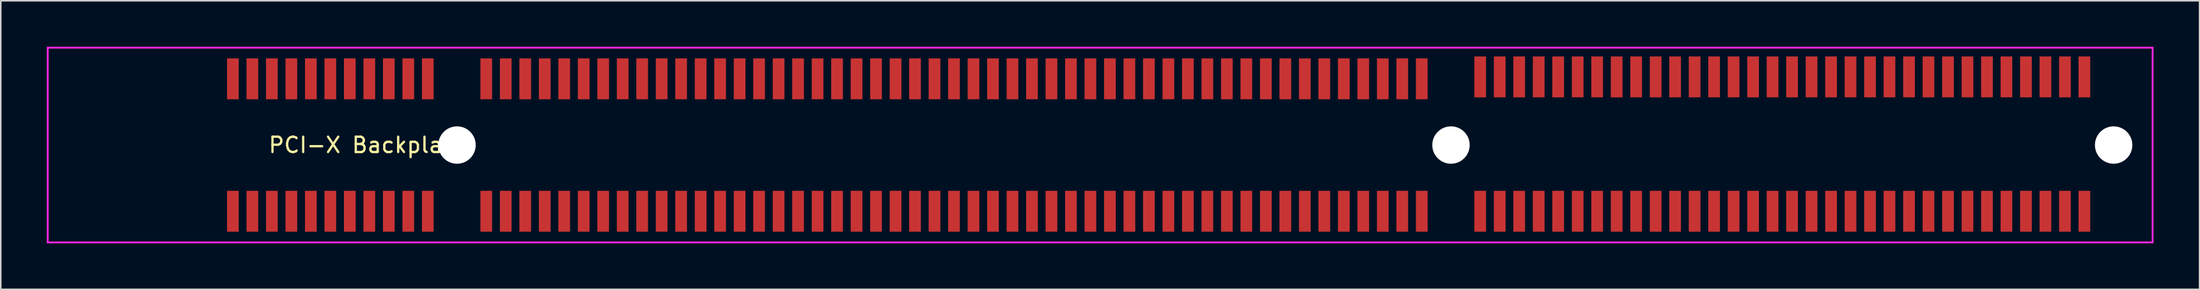
<source format=kicad_pcb>
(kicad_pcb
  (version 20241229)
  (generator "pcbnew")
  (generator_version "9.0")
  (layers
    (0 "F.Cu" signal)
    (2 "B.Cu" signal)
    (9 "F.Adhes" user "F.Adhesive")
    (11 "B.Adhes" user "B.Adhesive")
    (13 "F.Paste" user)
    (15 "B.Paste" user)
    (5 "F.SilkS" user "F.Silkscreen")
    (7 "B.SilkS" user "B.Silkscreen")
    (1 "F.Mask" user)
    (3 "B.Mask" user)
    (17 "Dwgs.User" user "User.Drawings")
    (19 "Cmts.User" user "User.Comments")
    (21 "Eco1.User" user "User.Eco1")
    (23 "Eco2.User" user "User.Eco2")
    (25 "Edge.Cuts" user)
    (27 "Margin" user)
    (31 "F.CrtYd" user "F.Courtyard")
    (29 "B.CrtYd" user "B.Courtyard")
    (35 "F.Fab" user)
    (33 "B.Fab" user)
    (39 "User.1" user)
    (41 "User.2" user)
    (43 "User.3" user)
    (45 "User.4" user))
  (footprint "PCI-X Backplane"
    (layer "F.Cu")
    (at 26.73 6.41)
    (property "Reference" "PCI-X Backplane" (at -5.715 0 0) (layer "F.SilkS") (effects (font (size 1 1) (thickness 0.15))))
    (attr through_hole)
    (fp_line (start -26.67 -6.35) (end 110.49 -6.35) (stroke (width 0.12) (type solid)) (layer "F.CrtYd"))
    (fp_line (start -26.67 6.35) (end -26.67 -6.35) (stroke (width 0.12) (type solid)) (layer "F.CrtYd"))
    (fp_line (start 110.49 -6.35) (end 110.49 6.35) (stroke (width 0.12) (type solid)) (layer "F.CrtYd"))
    (fp_line (start 110.49 6.35) (end -26.67 6.35) (stroke (width 0.12) (type solid)) (layer "F.CrtYd"))
    (pad "" np_thru_hole circle (at 0 0) (size 2.438 2.438) (drill 2.438) (layers "*.Cu" "*.Mask"))
    (pad "" np_thru_hole circle (at 64.77 0) (size 2.438 2.438) (drill 2.438) (layers "*.Cu" "*.Mask"))
    (pad "" np_thru_hole circle (at 107.95 0) (size 2.438 2.438) (drill 2.438) (layers "*.Cu" "*.Mask"))
    (pad "A1" smd rect (at -14.605 4.318) (size 0.762 2.667) (layers "F.Cu" "F.Mask" "F.Paste"))
    (pad "A2" smd rect (at -13.335 4.318) (size 0.762 2.667) (layers "F.Cu" "F.Mask" "F.Paste"))
    (pad "A3" smd rect (at -12.065 4.318) (size 0.762 2.667) (layers "F.Cu" "F.Mask" "F.Paste"))
    (pad "A4" smd rect (at -10.795 4.318) (size 0.762 2.667) (layers "F.Cu" "F.Mask" "F.Paste"))
    (pad "A5" smd rect (at -9.525 4.318) (size 0.762 2.667) (layers "F.Cu" "F.Mask" "F.Paste"))
    (pad "A6" smd rect (at -8.255 4.318) (size 0.762 2.667) (layers "F.Cu" "F.Mask" "F.Paste"))
    (pad "A7" smd rect (at -6.985 4.318) (size 0.762 2.667) (layers "F.Cu" "F.Mask" "F.Paste"))
    (pad "A8" smd rect (at -5.715 4.318) (size 0.762 2.667) (layers "F.Cu" "F.Mask" "F.Paste"))
    (pad "A9" smd rect (at -4.445 4.318) (size 0.762 2.667) (layers "F.Cu" "F.Mask" "F.Paste"))
    (pad "A10" smd rect (at -3.175 4.318) (size 0.762 2.667) (layers "F.Cu" "F.Mask" "F.Paste"))
    (pad "A11" smd rect (at -1.905 4.318) (size 0.762 2.667) (layers "F.Cu" "F.Mask" "F.Paste"))
    (pad "A14" smd rect (at 1.905 4.318) (size 0.762 2.667) (layers "F.Cu" "F.Mask" "F.Paste"))
    (pad "A15" smd rect (at 3.175 4.318) (size 0.762 2.667) (layers "F.Cu" "F.Mask" "F.Paste"))
    (pad "A16" smd rect (at 4.445 4.318) (size 0.762 2.667) (layers "F.Cu" "F.Mask" "F.Paste"))
    (pad "A17" smd rect (at 5.715 4.318) (size 0.762 2.667) (layers "F.Cu" "F.Mask" "F.Paste"))
    (pad "A18" smd rect (at 6.985 4.318) (size 0.762 2.667) (layers "F.Cu" "F.Mask" "F.Paste"))
    (pad "A19" smd rect (at 8.255 4.318) (size 0.762 2.667) (layers "F.Cu" "F.Mask" "F.Paste"))
    (pad "A20" smd rect (at 9.525 4.318) (size 0.762 2.667) (layers "F.Cu" "F.Mask" "F.Paste"))
    (pad "A21" smd rect (at 10.795 4.318) (size 0.762 2.667) (layers "F.Cu" "F.Mask" "F.Paste"))
    (pad "A22" smd rect (at 12.065 4.318) (size 0.762 2.667) (layers "F.Cu" "F.Mask" "F.Paste"))
    (pad "A23" smd rect (at 13.335 4.318) (size 0.762 2.667) (layers "F.Cu" "F.Mask" "F.Paste"))
    (pad "A24" smd rect (at 14.605 4.318) (size 0.762 2.667) (layers "F.Cu" "F.Mask" "F.Paste"))
    (pad "A25" smd rect (at 15.875 4.318) (size 0.762 2.667) (layers "F.Cu" "F.Mask" "F.Paste"))
    (pad "A26" smd rect (at 17.145 4.318) (size 0.762 2.667) (layers "F.Cu" "F.Mask" "F.Paste"))
    (pad "A27" smd rect (at 18.415 4.318) (size 0.762 2.667) (layers "F.Cu" "F.Mask" "F.Paste"))
    (pad "A28" smd rect (at 19.685 4.318) (size 0.762 2.667) (layers "F.Cu" "F.Mask" "F.Paste"))
    (pad "A29" smd rect (at 20.955 4.318) (size 0.762 2.667) (layers "F.Cu" "F.Mask" "F.Paste"))
    (pad "A30" smd rect (at 22.225 4.318) (size 0.762 2.667) (layers "F.Cu" "F.Mask" "F.Paste"))
    (pad "A31" smd rect (at 23.495 4.318) (size 0.762 2.667) (layers "F.Cu" "F.Mask" "F.Paste"))
    (pad "A32" smd rect (at 24.765 4.318) (size 0.762 2.667) (layers "F.Cu" "F.Mask" "F.Paste"))
    (pad "A33" smd rect (at 26.035 4.318) (size 0.762 2.667) (layers "F.Cu" "F.Mask" "F.Paste"))
    (pad "A34" smd rect (at 27.305 4.318) (size 0.762 2.667) (layers "F.Cu" "F.Mask" "F.Paste"))
    (pad "A35" smd rect (at 28.575 4.318) (size 0.762 2.667) (layers "F.Cu" "F.Mask" "F.Paste"))
    (pad "A36" smd rect (at 29.845 4.318) (size 0.762 2.667) (layers "F.Cu" "F.Mask" "F.Paste"))
    (pad "A37" smd rect (at 31.115 4.318) (size 0.762 2.667) (layers "F.Cu" "F.Mask" "F.Paste"))
    (pad "A38" smd rect (at 32.385 4.318) (size 0.762 2.667) (layers "F.Cu" "F.Mask" "F.Paste"))
    (pad "A39" smd rect (at 33.655 4.318) (size 0.762 2.667) (layers "F.Cu" "F.Mask" "F.Paste"))
    (pad "A40" smd rect (at 34.925 4.318) (size 0.762 2.667) (layers "F.Cu" "F.Mask" "F.Paste"))
    (pad "A41" smd rect (at 36.195 4.318) (size 0.762 2.667) (layers "F.Cu" "F.Mask" "F.Paste"))
    (pad "A42" smd rect (at 37.465 4.318) (size 0.762 2.667) (layers "F.Cu" "F.Mask" "F.Paste"))
    (pad "A43" smd rect (at 38.735 4.318) (size 0.762 2.667) (layers "F.Cu" "F.Mask" "F.Paste"))
    (pad "A44" smd rect (at 40.005 4.318) (size 0.762 2.667) (layers "F.Cu" "F.Mask" "F.Paste"))
    (pad "A45" smd rect (at 41.275 4.318) (size 0.762 2.667) (layers "F.Cu" "F.Mask" "F.Paste"))
    (pad "A46" smd rect (at 42.545 4.318) (size 0.762 2.667) (layers "F.Cu" "F.Mask" "F.Paste"))
    (pad "A47" smd rect (at 43.815 4.318) (size 0.762 2.667) (layers "F.Cu" "F.Mask" "F.Paste"))
    (pad "A48" smd rect (at 45.085 4.318) (size 0.762 2.667) (layers "F.Cu" "F.Mask" "F.Paste"))
    (pad "A49" smd rect (at 46.355 4.318) (size 0.762 2.667) (layers "F.Cu" "F.Mask" "F.Paste"))
    (pad "A50" smd rect (at 47.625 4.318) (size 0.762 2.667) (layers "F.Cu" "F.Mask" "F.Paste"))
    (pad "A51" smd rect (at 48.895 4.318) (size 0.762 2.667) (layers "F.Cu" "F.Mask" "F.Paste"))
    (pad "A52" smd rect (at 50.165 4.318) (size 0.762 2.667) (layers "F.Cu" "F.Mask" "F.Paste"))
    (pad "A53" smd rect (at 51.435 4.318) (size 0.762 2.667) (layers "F.Cu" "F.Mask" "F.Paste"))
    (pad "A54" smd rect (at 52.705 4.318) (size 0.762 2.667) (layers "F.Cu" "F.Mask" "F.Paste"))
    (pad "A55" smd rect (at 53.975 4.318) (size 0.762 2.667) (layers "F.Cu" "F.Mask" "F.Paste"))
    (pad "A56" smd rect (at 55.245 4.318) (size 0.762 2.667) (layers "F.Cu" "F.Mask" "F.Paste"))
    (pad "A57" smd rect (at 56.515 4.318) (size 0.762 2.667) (layers "F.Cu" "F.Mask" "F.Paste"))
    (pad "A58" smd rect (at 57.785 4.318) (size 0.762 2.667) (layers "F.Cu" "F.Mask" "F.Paste"))
    (pad "A59" smd rect (at 59.055 4.318) (size 0.762 2.667) (layers "F.Cu" "F.Mask" "F.Paste"))
    (pad "A60" smd rect (at 60.325 4.318) (size 0.762 2.667) (layers "F.Cu" "F.Mask" "F.Paste"))
    (pad "A61" smd rect (at 61.595 4.318) (size 0.762 2.667) (layers "F.Cu" "F.Mask" "F.Paste"))
    (pad "A62" smd rect (at 62.865 4.318) (size 0.762 2.667) (layers "F.Cu" "F.Mask" "F.Paste"))
    (pad "A65" smd rect (at 66.675 4.318) (size 0.762 2.667) (layers "F.Cu" "F.Mask" "F.Paste"))
    (pad "A66" smd rect (at 67.945 4.318) (size 0.762 2.667) (layers "F.Cu" "F.Mask" "F.Paste"))
    (pad "A67" smd rect (at 69.215 4.318) (size 0.762 2.667) (layers "F.Cu" "F.Mask" "F.Paste"))
    (pad "A68" smd rect (at 70.485 4.318) (size 0.762 2.667) (layers "F.Cu" "F.Mask" "F.Paste"))
    (pad "A69" smd rect (at 71.755 4.318) (size 0.762 2.667) (layers "F.Cu" "F.Mask" "F.Paste"))
    (pad "A70" smd rect (at 73.025 4.318) (size 0.762 2.667) (layers "F.Cu" "F.Mask" "F.Paste"))
    (pad "A71" smd rect (at 74.295 4.318) (size 0.762 2.667) (layers "F.Cu" "F.Mask" "F.Paste"))
    (pad "A72" smd rect (at 75.565 4.318) (size 0.762 2.667) (layers "F.Cu" "F.Mask" "F.Paste"))
    (pad "A73" smd rect (at 76.835 4.318) (size 0.762 2.667) (layers "F.Cu" "F.Mask" "F.Paste"))
    (pad "A74" smd rect (at 78.105 4.318) (size 0.762 2.667) (layers "F.Cu" "F.Mask" "F.Paste"))
    (pad "A75" smd rect (at 79.375 4.318) (size 0.762 2.667) (layers "F.Cu" "F.Mask" "F.Paste"))
    (pad "A76" smd rect (at 80.645 4.318) (size 0.762 2.667) (layers "F.Cu" "F.Mask" "F.Paste"))
    (pad "A77" smd rect (at 81.915 4.318) (size 0.762 2.667) (layers "F.Cu" "F.Mask" "F.Paste"))
    (pad "A78" smd rect (at 83.185 4.318) (size 0.762 2.667) (layers "F.Cu" "F.Mask" "F.Paste"))
    (pad "A79" smd rect (at 84.455 4.318) (size 0.762 2.667) (layers "F.Cu" "F.Mask" "F.Paste"))
    (pad "A80" smd rect (at 85.725 4.318) (size 0.762 2.667) (layers "F.Cu" "F.Mask" "F.Paste"))
    (pad "A81" smd rect (at 86.995 4.318) (size 0.762 2.667) (layers "F.Cu" "F.Mask" "F.Paste"))
    (pad "A82" smd rect (at 88.265 4.318) (size 0.762 2.667) (layers "F.Cu" "F.Mask" "F.Paste"))
    (pad "A83" smd rect (at 89.535 4.318) (size 0.762 2.667) (layers "F.Cu" "F.Mask" "F.Paste"))
    (pad "A84" smd rect (at 90.805 4.318) (size 0.762 2.667) (layers "F.Cu" "F.Mask" "F.Paste"))
    (pad "A85" smd rect (at 92.075 4.318) (size 0.762 2.667) (layers "F.Cu" "F.Mask" "F.Paste"))
    (pad "A86" smd rect (at 93.345 4.318) (size 0.762 2.667) (layers "F.Cu" "F.Mask" "F.Paste"))
    (pad "A87" smd rect (at 94.615 4.318) (size 0.762 2.667) (layers "F.Cu" "F.Mask" "F.Paste"))
    (pad "A88" smd rect (at 95.885 4.318) (size 0.762 2.667) (layers "F.Cu" "F.Mask" "F.Paste"))
    (pad "A89" smd rect (at 97.155 4.318) (size 0.762 2.667) (layers "F.Cu" "F.Mask" "F.Paste"))
    (pad "A90" smd rect (at 98.425 4.318) (size 0.762 2.667) (layers "F.Cu" "F.Mask" "F.Paste"))
    (pad "A91" smd rect (at 99.695 4.318) (size 0.762 2.667) (layers "F.Cu" "F.Mask" "F.Paste"))
    (pad "A92" smd rect (at 100.965 4.318) (size 0.762 2.667) (layers "F.Cu" "F.Mask" "F.Paste"))
    (pad "A93" smd rect (at 102.235 4.318) (size 0.762 2.667) (layers "F.Cu" "F.Mask" "F.Paste"))
    (pad "A94" smd rect (at 103.505 4.318) (size 0.762 2.667) (layers "F.Cu" "F.Mask" "F.Paste"))
    (pad "A95" smd rect (at 104.775 4.318) (size 0.762 2.667) (layers "F.Cu" "F.Mask" "F.Paste"))
    (pad "A96" smd rect (at 106.045 4.318) (size 0.762 2.667) (layers "F.Cu" "F.Mask" "F.Paste"))
    (pad "B1" smd rect (at -14.605 -4.318) (size 0.762 2.667) (layers "F.Cu" "F.Mask" "F.Paste"))
    (pad "B2" smd rect (at -13.335 -4.318) (size 0.762 2.667) (layers "F.Cu" "F.Mask" "F.Paste"))
    (pad "B3" smd rect (at -12.065 -4.318) (size 0.762 2.667) (layers "F.Cu" "F.Mask" "F.Paste"))
    (pad "B4" smd rect (at -10.795 -4.318) (size 0.762 2.667) (layers "F.Cu" "F.Mask" "F.Paste"))
    (pad "B5" smd rect (at -9.525 -4.318) (size 0.762 2.667) (layers "F.Cu" "F.Mask" "F.Paste"))
    (pad "B6" smd rect (at -8.255 -4.318) (size 0.762 2.667) (layers "F.Cu" "F.Mask" "F.Paste"))
    (pad "B7" smd rect (at -6.985 -4.318) (size 0.762 2.667) (layers "F.Cu" "F.Mask" "F.Paste"))
    (pad "B8" smd rect (at -5.715 -4.318) (size 0.762 2.667) (layers "F.Cu" "F.Mask" "F.Paste"))
    (pad "B9" smd rect (at -4.445 -4.318) (size 0.762 2.667) (layers "F.Cu" "F.Mask" "F.Paste"))
    (pad "B10" smd rect (at -3.175 -4.318) (size 0.762 2.667) (layers "F.Cu" "F.Mask" "F.Paste"))
    (pad "B11" smd rect (at -1.905 -4.318) (size 0.762 2.667) (layers "F.Cu" "F.Mask" "F.Paste"))
    (pad "B14" smd rect (at 1.905 -4.318) (size 0.762 2.667) (layers "F.Cu" "F.Mask" "F.Paste"))
    (pad "B15" smd rect (at 3.175 -4.318) (size 0.762 2.667) (layers "F.Cu" "F.Mask" "F.Paste"))
    (pad "B16" smd rect (at 4.445 -4.318) (size 0.762 2.667) (layers "F.Cu" "F.Mask" "F.Paste"))
    (pad "B17" smd rect (at 5.715 -4.318) (size 0.762 2.667) (layers "F.Cu" "F.Mask" "F.Paste"))
    (pad "B18" smd rect (at 6.985 -4.318) (size 0.762 2.667) (layers "F.Cu" "F.Mask" "F.Paste"))
    (pad "B19" smd rect (at 8.255 -4.318) (size 0.762 2.667) (layers "F.Cu" "F.Mask" "F.Paste"))
    (pad "B20" smd rect (at 9.525 -4.318) (size 0.762 2.667) (layers "F.Cu" "F.Mask" "F.Paste"))
    (pad "B21" smd rect (at 10.795 -4.318) (size 0.762 2.667) (layers "F.Cu" "F.Mask" "F.Paste"))
    (pad "B22" smd rect (at 12.065 -4.318) (size 0.762 2.667) (layers "F.Cu" "F.Mask" "F.Paste"))
    (pad "B23" smd rect (at 13.335 -4.318) (size 0.762 2.667) (layers "F.Cu" "F.Mask" "F.Paste"))
    (pad "B24" smd rect (at 14.605 -4.318) (size 0.762 2.667) (layers "F.Cu" "F.Mask" "F.Paste"))
    (pad "B25" smd rect (at 15.875 -4.318) (size 0.762 2.667) (layers "F.Cu" "F.Mask" "F.Paste"))
    (pad "B26" smd rect (at 17.145 -4.318) (size 0.762 2.667) (layers "F.Cu" "F.Mask" "F.Paste"))
    (pad "B27" smd rect (at 18.415 -4.318) (size 0.762 2.667) (layers "F.Cu" "F.Mask" "F.Paste"))
    (pad "B28" smd rect (at 19.685 -4.318) (size 0.762 2.667) (layers "F.Cu" "F.Mask" "F.Paste"))
    (pad "B29" smd rect (at 20.955 -4.318) (size 0.762 2.667) (layers "F.Cu" "F.Mask" "F.Paste"))
    (pad "B30" smd rect (at 22.225 -4.318) (size 0.762 2.667) (layers "F.Cu" "F.Mask" "F.Paste"))
    (pad "B31" smd rect (at 23.495 -4.318) (size 0.762 2.667) (layers "F.Cu" "F.Mask" "F.Paste"))
    (pad "B32" smd rect (at 24.765 -4.318) (size 0.762 2.667) (layers "F.Cu" "F.Mask" "F.Paste"))
    (pad "B33" smd rect (at 26.035 -4.318) (size 0.762 2.667) (layers "F.Cu" "F.Mask" "F.Paste"))
    (pad "B34" smd rect (at 27.305 -4.318) (size 0.762 2.667) (layers "F.Cu" "F.Mask" "F.Paste"))
    (pad "B35" smd rect (at 28.575 -4.318) (size 0.762 2.667) (layers "F.Cu" "F.Mask" "F.Paste"))
    (pad "B36" smd rect (at 29.845 -4.318) (size 0.762 2.667) (layers "F.Cu" "F.Mask" "F.Paste"))
    (pad "B37" smd rect (at 31.115 -4.318) (size 0.762 2.667) (layers "F.Cu" "F.Mask" "F.Paste"))
    (pad "B38" smd rect (at 32.385 -4.318) (size 0.762 2.667) (layers "F.Cu" "F.Mask" "F.Paste"))
    (pad "B39" smd rect (at 33.655 -4.318) (size 0.762 2.667) (layers "F.Cu" "F.Mask" "F.Paste"))
    (pad "B40" smd rect (at 34.925 -4.318) (size 0.762 2.667) (layers "F.Cu" "F.Mask" "F.Paste"))
    (pad "B41" smd rect (at 36.195 -4.318) (size 0.762 2.667) (layers "F.Cu" "F.Mask" "F.Paste"))
    (pad "B42" smd rect (at 37.465 -4.318) (size 0.762 2.667) (layers "F.Cu" "F.Mask" "F.Paste"))
    (pad "B43" smd rect (at 38.735 -4.318) (size 0.762 2.667) (layers "F.Cu" "F.Mask" "F.Paste"))
    (pad "B44" smd rect (at 40.005 -4.318) (size 0.762 2.667) (layers "F.Cu" "F.Mask" "F.Paste"))
    (pad "B45" smd rect (at 41.275 -4.318) (size 0.762 2.667) (layers "F.Cu" "F.Mask" "F.Paste"))
    (pad "B46" smd rect (at 42.545 -4.318) (size 0.762 2.667) (layers "F.Cu" "F.Mask" "F.Paste"))
    (pad "B47" smd rect (at 43.815 -4.318) (size 0.762 2.667) (layers "F.Cu" "F.Mask" "F.Paste"))
    (pad "B48" smd rect (at 45.085 -4.318) (size 0.762 2.667) (layers "F.Cu" "F.Mask" "F.Paste"))
    (pad "B49" smd rect (at 46.355 -4.318) (size 0.762 2.667) (layers "F.Cu" "F.Mask" "F.Paste"))
    (pad "B50" smd rect (at 47.625 -4.318) (size 0.762 2.667) (layers "F.Cu" "F.Mask" "F.Paste"))
    (pad "B51" smd rect (at 48.895 -4.318) (size 0.762 2.667) (layers "F.Cu" "F.Mask" "F.Paste"))
    (pad "B52" smd rect (at 50.165 -4.318) (size 0.762 2.667) (layers "F.Cu" "F.Mask" "F.Paste"))
    (pad "B53" smd rect (at 51.435 -4.318) (size 0.762 2.667) (layers "F.Cu" "F.Mask" "F.Paste"))
    (pad "B54" smd rect (at 52.705 -4.318) (size 0.762 2.667) (layers "F.Cu" "F.Mask" "F.Paste"))
    (pad "B55" smd rect (at 53.975 -4.318) (size 0.762 2.667) (layers "F.Cu" "F.Mask" "F.Paste"))
    (pad "B56" smd rect (at 55.245 -4.318) (size 0.762 2.667) (layers "F.Cu" "F.Mask" "F.Paste"))
    (pad "B57" smd rect (at 56.515 -4.318) (size 0.762 2.667) (layers "F.Cu" "F.Mask" "F.Paste"))
    (pad "B58" smd rect (at 57.785 -4.318) (size 0.762 2.667) (layers "F.Cu" "F.Mask" "F.Paste"))
    (pad "B59" smd rect (at 59.055 -4.318) (size 0.762 2.667) (layers "F.Cu" "F.Mask" "F.Paste"))
    (pad "B60" smd rect (at 60.325 -4.318) (size 0.762 2.667) (layers "F.Cu" "F.Mask" "F.Paste"))
    (pad "B61" smd rect (at 61.595 -4.318) (size 0.762 2.667) (layers "F.Cu" "F.Mask" "F.Paste"))
    (pad "B62" smd rect (at 62.865 -4.318) (size 0.762 2.667) (layers "F.Cu" "F.Mask" "F.Paste"))
    (pad "B65" smd rect (at 66.675 -4.445) (size 0.762 2.667) (layers "F.Cu" "F.Mask" "F.Paste"))
    (pad "B66" smd rect (at 67.945 -4.445) (size 0.762 2.667) (layers "F.Cu" "F.Mask" "F.Paste"))
    (pad "B67" smd rect (at 69.215 -4.445) (size 0.762 2.667) (layers "F.Cu" "F.Mask" "F.Paste"))
    (pad "B68" smd rect (at 70.485 -4.445) (size 0.762 2.667) (layers "F.Cu" "F.Mask" "F.Paste"))
    (pad "B69" smd rect (at 71.755 -4.445) (size 0.762 2.667) (layers "F.Cu" "F.Mask" "F.Paste"))
    (pad "B70" smd rect (at 73.025 -4.445) (size 0.762 2.667) (layers "F.Cu" "F.Mask" "F.Paste"))
    (pad "B71" smd rect (at 74.295 -4.445) (size 0.762 2.667) (layers "F.Cu" "F.Mask" "F.Paste"))
    (pad "B72" smd rect (at 75.565 -4.445) (size 0.762 2.667) (layers "F.Cu" "F.Mask" "F.Paste"))
    (pad "B73" smd rect (at 76.835 -4.445) (size 0.762 2.667) (layers "F.Cu" "F.Mask" "F.Paste"))
    (pad "B74" smd rect (at 78.105 -4.445) (size 0.762 2.667) (layers "F.Cu" "F.Mask" "F.Paste"))
    (pad "B75" smd rect (at 79.375 -4.445) (size 0.762 2.667) (layers "F.Cu" "F.Mask" "F.Paste"))
    (pad "B76" smd rect (at 80.645 -4.445) (size 0.762 2.667) (layers "F.Cu" "F.Mask" "F.Paste"))
    (pad "B77" smd rect (at 81.915 -4.445) (size 0.762 2.667) (layers "F.Cu" "F.Mask" "F.Paste"))
    (pad "B78" smd rect (at 83.185 -4.445) (size 0.762 2.667) (layers "F.Cu" "F.Mask" "F.Paste"))
    (pad "B79" smd rect (at 84.455 -4.445) (size 0.762 2.667) (layers "F.Cu" "F.Mask" "F.Paste"))
    (pad "B80" smd rect (at 85.725 -4.445) (size 0.762 2.667) (layers "F.Cu" "F.Mask" "F.Paste"))
    (pad "B81" smd rect (at 86.995 -4.445) (size 0.762 2.667) (layers "F.Cu" "F.Mask" "F.Paste"))
    (pad "B82" smd rect (at 88.265 -4.445) (size 0.762 2.667) (layers "F.Cu" "F.Mask" "F.Paste"))
    (pad "B83" smd rect (at 89.535 -4.445) (size 0.762 2.667) (layers "F.Cu" "F.Mask" "F.Paste"))
    (pad "B84" smd rect (at 90.805 -4.445) (size 0.762 2.667) (layers "F.Cu" "F.Mask" "F.Paste"))
    (pad "B85" smd rect (at 92.075 -4.445) (size 0.762 2.667) (layers "F.Cu" "F.Mask" "F.Paste"))
    (pad "B86" smd rect (at 93.345 -4.445) (size 0.762 2.667) (layers "F.Cu" "F.Mask" "F.Paste"))
    (pad "B87" smd rect (at 94.615 -4.445) (size 0.762 2.667) (layers "F.Cu" "F.Mask" "F.Paste"))
    (pad "B88" smd rect (at 95.885 -4.445) (size 0.762 2.667) (layers "F.Cu" "F.Mask" "F.Paste"))
    (pad "B89" smd rect (at 97.155 -4.445) (size 0.762 2.667) (layers "F.Cu" "F.Mask" "F.Paste"))
    (pad "B90" smd rect (at 98.425 -4.445) (size 0.762 2.667) (layers "F.Cu" "F.Mask" "F.Paste"))
    (pad "B91" smd rect (at 99.695 -4.445) (size 0.762 2.667) (layers "F.Cu" "F.Mask" "F.Paste"))
    (pad "B92" smd rect (at 100.965 -4.445) (size 0.762 2.667) (layers "F.Cu" "F.Mask" "F.Paste"))
    (pad "B93" smd rect (at 102.235 -4.445) (size 0.762 2.667) (layers "F.Cu" "F.Mask" "F.Paste"))
    (pad "B94" smd rect (at 103.505 -4.445) (size 0.762 2.667) (layers "F.Cu" "F.Mask" "F.Paste"))
    (pad "B95" smd rect (at 104.775 -4.445) (size 0.762 2.667) (layers "F.Cu" "F.Mask" "F.Paste"))
    (pad "B96" smd rect (at 106.045 -4.445) (size 0.762 2.667) (layers "F.Cu" "F.Mask" "F.Paste")))
  (gr_rect
    (start -3 -3)
    (end 140.28 15.82)
    (stroke (width 0.1) (type default))
    (fill no)
    (layer "Edge.Cuts")))
</source>
